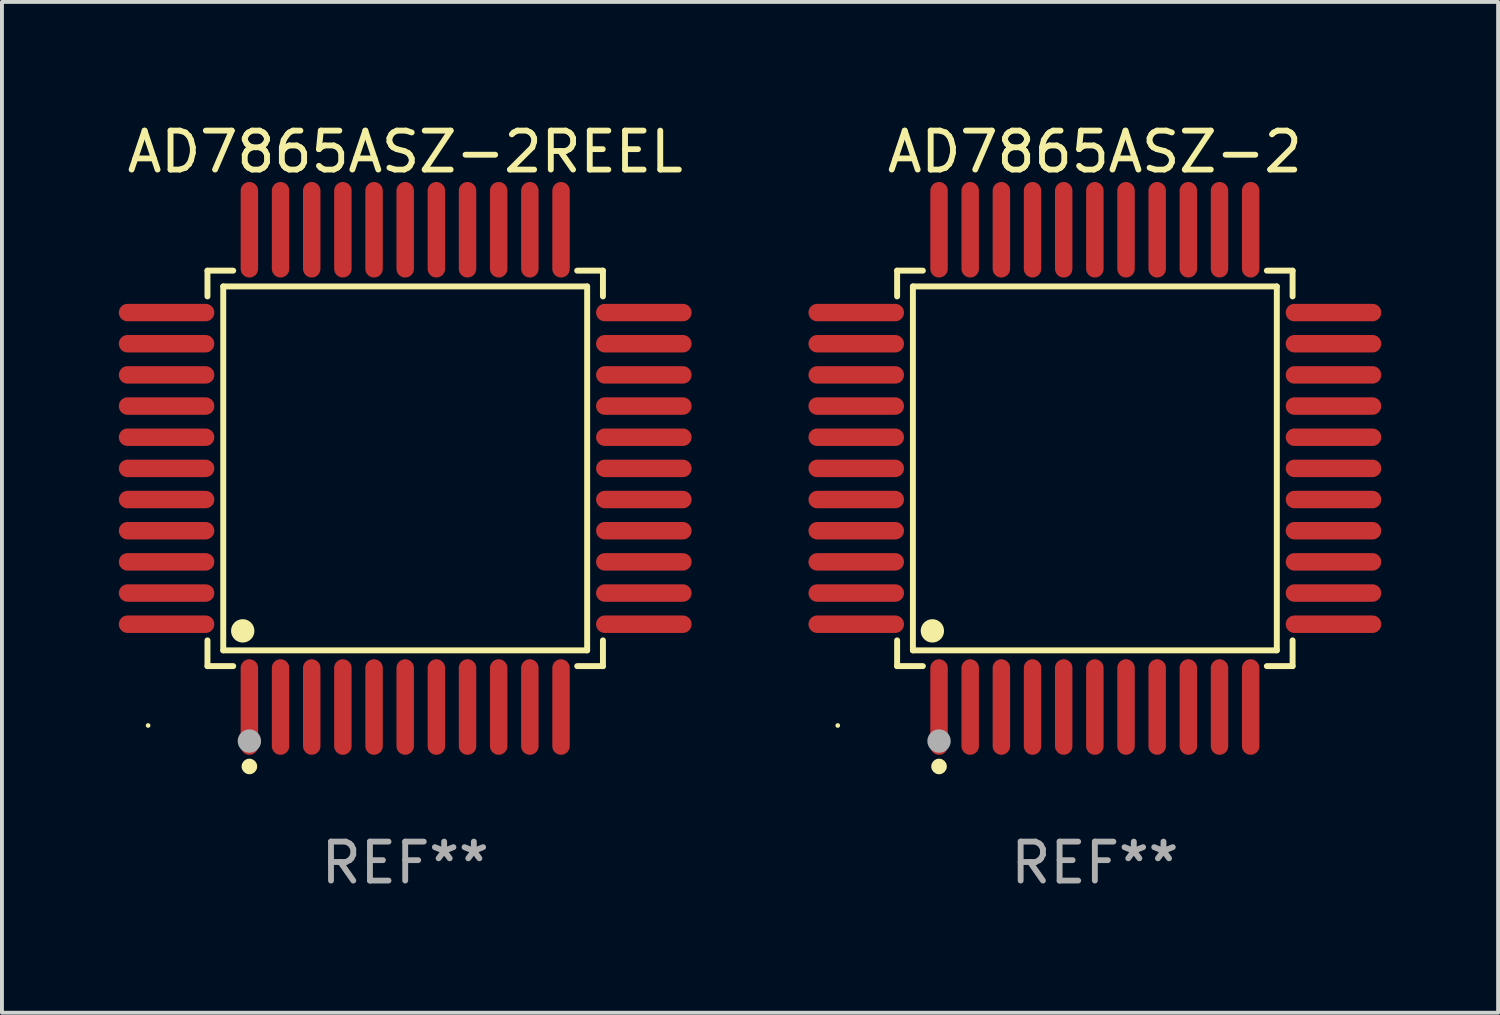
<source format=kicad_pcb>
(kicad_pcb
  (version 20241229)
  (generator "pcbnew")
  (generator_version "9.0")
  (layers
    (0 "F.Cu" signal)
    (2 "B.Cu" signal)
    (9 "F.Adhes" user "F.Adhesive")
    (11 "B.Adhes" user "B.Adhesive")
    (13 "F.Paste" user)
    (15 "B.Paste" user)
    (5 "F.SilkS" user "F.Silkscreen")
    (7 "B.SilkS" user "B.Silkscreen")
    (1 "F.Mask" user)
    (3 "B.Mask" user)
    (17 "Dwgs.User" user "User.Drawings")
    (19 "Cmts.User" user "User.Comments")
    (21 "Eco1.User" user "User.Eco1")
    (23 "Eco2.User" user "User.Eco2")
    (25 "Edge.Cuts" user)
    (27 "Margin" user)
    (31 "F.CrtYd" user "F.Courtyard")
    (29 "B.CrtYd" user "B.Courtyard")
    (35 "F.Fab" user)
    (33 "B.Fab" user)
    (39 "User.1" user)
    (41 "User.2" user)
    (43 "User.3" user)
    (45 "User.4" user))
  (footprint "AD7865ASZ-2"
    (layer "F.Cu")
    (at 25.056 8.974)
    (property "Reference" "AD7865ASZ-2" (at 0 -8.126 0) (layer "F.SilkS") (effects (font (size 1 1) (thickness 0.15))))
    (attr through_hole)
    (fp_line (start -5.076 -5.076) (end -4.415 -5.076) (stroke (width 0.152) (type solid)) (layer "F.SilkS"))
    (fp_line (start -5.076 -4.415) (end -5.076 -5.076) (stroke (width 0.152) (type solid)) (layer "F.SilkS"))
    (fp_line (start -5.076 4.415) (end -5.076 5.076) (stroke (width 0.152) (type solid)) (layer "F.SilkS"))
    (fp_line (start -5.076 5.076) (end -4.415 5.076) (stroke (width 0.152) (type solid)) (layer "F.SilkS"))
    (fp_line (start -4.671 -4.671) (end 4.671 -4.671) (stroke (width 0.152) (type solid)) (layer "F.SilkS"))
    (fp_line (start -4.671 4.671) (end -4.671 -4.671) (stroke (width 0.152) (type solid)) (layer "F.SilkS"))
    (fp_line (start 4.671 -4.671) (end 4.671 4.671) (stroke (width 0.152) (type solid)) (layer "F.SilkS"))
    (fp_line (start 4.671 4.671) (end -4.671 4.671) (stroke (width 0.152) (type solid)) (layer "F.SilkS"))
    (fp_line (start 5.076 -5.076) (end 4.415 -5.076) (stroke (width 0.152) (type solid)) (layer "F.SilkS"))
    (fp_line (start 5.076 -4.415) (end 5.076 -5.076) (stroke (width 0.152) (type solid)) (layer "F.SilkS"))
    (fp_line (start 5.076 4.415) (end 5.076 5.076) (stroke (width 0.152) (type solid)) (layer "F.SilkS"))
    (fp_line (start 5.076 5.076) (end 4.415 5.076) (stroke (width 0.152) (type solid)) (layer "F.SilkS"))
    (fp_circle (center -6.6 6.6) (end -6.57 6.6) (stroke (width 0.06) (type solid)) (fill no) (layer "F.SilkS"))
    (fp_circle (center -4.171 4.171) (end -4.021 4.171) (stroke (width 0.3) (type solid)) (fill no) (layer "F.SilkS"))
    (fp_circle (center -4 7.652) (end -3.9 7.652) (stroke (width 0.2) (type solid)) (fill no) (layer "F.SilkS"))
    (fp_circle (center -4 7) (end -3.85 7) (stroke (width 0.3) (type solid)) (fill no) (layer "F.Fab"))
    (fp_text user "REF**" (at 0 10.126 0) (layer "F.Fab") (effects (font (size 1 1) (thickness 0.15))))
    (pad "1" smd oval (at -4 6.126) (size 0.448 2.452) (layers "F.Cu" "F.Mask" "F.Paste"))
    (pad "2" smd oval (at -3.2 6.126) (size 0.448 2.452) (layers "F.Cu" "F.Mask" "F.Paste"))
    (pad "3" smd oval (at -2.4 6.126) (size 0.448 2.452) (layers "F.Cu" "F.Mask" "F.Paste"))
    (pad "4" smd oval (at -1.6 6.126) (size 0.448 2.452) (layers "F.Cu" "F.Mask" "F.Paste"))
    (pad "5" smd oval (at -0.8 6.126) (size 0.448 2.452) (layers "F.Cu" "F.Mask" "F.Paste"))
    (pad "6" smd oval (at 0 6.126) (size 0.448 2.452) (layers "F.Cu" "F.Mask" "F.Paste"))
    (pad "7" smd oval (at 0.8 6.126) (size 0.448 2.452) (layers "F.Cu" "F.Mask" "F.Paste"))
    (pad "8" smd oval (at 1.6 6.126) (size 0.448 2.452) (layers "F.Cu" "F.Mask" "F.Paste"))
    (pad "9" smd oval (at 2.4 6.126) (size 0.448 2.452) (layers "F.Cu" "F.Mask" "F.Paste"))
    (pad "10" smd oval (at 3.2 6.126) (size 0.448 2.452) (layers "F.Cu" "F.Mask" "F.Paste"))
    (pad "11" smd oval (at 4 6.126) (size 0.448 2.452) (layers "F.Cu" "F.Mask" "F.Paste"))
    (pad "12" smd oval (at 6.126 4) (size 2.452 0.448) (layers "F.Cu" "F.Mask" "F.Paste"))
    (pad "13" smd oval (at 6.126 3.2) (size 2.452 0.448) (layers "F.Cu" "F.Mask" "F.Paste"))
    (pad "14" smd oval (at 6.126 2.4) (size 2.452 0.448) (layers "F.Cu" "F.Mask" "F.Paste"))
    (pad "15" smd oval (at 6.126 1.6) (size 2.452 0.448) (layers "F.Cu" "F.Mask" "F.Paste"))
    (pad "16" smd oval (at 6.126 0.8) (size 2.452 0.448) (layers "F.Cu" "F.Mask" "F.Paste"))
    (pad "17" smd oval (at 6.126 0) (size 2.452 0.448) (layers "F.Cu" "F.Mask" "F.Paste"))
    (pad "18" smd oval (at 6.126 -0.8) (size 2.452 0.448) (layers "F.Cu" "F.Mask" "F.Paste"))
    (pad "19" smd oval (at 6.126 -1.6) (size 2.452 0.448) (layers "F.Cu" "F.Mask" "F.Paste"))
    (pad "20" smd oval (at 6.126 -2.4) (size 2.452 0.448) (layers "F.Cu" "F.Mask" "F.Paste"))
    (pad "21" smd oval (at 6.126 -3.2) (size 2.452 0.448) (layers "F.Cu" "F.Mask" "F.Paste"))
    (pad "22" smd oval (at 6.126 -4) (size 2.452 0.448) (layers "F.Cu" "F.Mask" "F.Paste"))
    (pad "23" smd oval (at 4 -6.126) (size 0.448 2.452) (layers "F.Cu" "F.Mask" "F.Paste"))
    (pad "24" smd oval (at 3.2 -6.126) (size 0.448 2.452) (layers "F.Cu" "F.Mask" "F.Paste"))
    (pad "25" smd oval (at 2.4 -6.126) (size 0.448 2.452) (layers "F.Cu" "F.Mask" "F.Paste"))
    (pad "26" smd oval (at 1.6 -6.126) (size 0.448 2.452) (layers "F.Cu" "F.Mask" "F.Paste"))
    (pad "27" smd oval (at 0.8 -6.126) (size 0.448 2.452) (layers "F.Cu" "F.Mask" "F.Paste"))
    (pad "28" smd oval (at 0 -6.126) (size 0.448 2.452) (layers "F.Cu" "F.Mask" "F.Paste"))
    (pad "29" smd oval (at -0.8 -6.126) (size 0.448 2.452) (layers "F.Cu" "F.Mask" "F.Paste"))
    (pad "30" smd oval (at -1.6 -6.126) (size 0.448 2.452) (layers "F.Cu" "F.Mask" "F.Paste"))
    (pad "31" smd oval (at -2.4 -6.126) (size 0.448 2.452) (layers "F.Cu" "F.Mask" "F.Paste"))
    (pad "32" smd oval (at -3.2 -6.126) (size 0.448 2.452) (layers "F.Cu" "F.Mask" "F.Paste"))
    (pad "33" smd oval (at -4 -6.126) (size 0.448 2.452) (layers "F.Cu" "F.Mask" "F.Paste"))
    (pad "34" smd oval (at -6.126 -4) (size 2.452 0.448) (layers "F.Cu" "F.Mask" "F.Paste"))
    (pad "35" smd oval (at -6.126 -3.2) (size 2.452 0.448) (layers "F.Cu" "F.Mask" "F.Paste"))
    (pad "36" smd oval (at -6.126 -2.4) (size 2.452 0.448) (layers "F.Cu" "F.Mask" "F.Paste"))
    (pad "37" smd oval (at -6.126 -1.6) (size 2.452 0.448) (layers "F.Cu" "F.Mask" "F.Paste"))
    (pad "38" smd oval (at -6.126 -0.8) (size 2.452 0.448) (layers "F.Cu" "F.Mask" "F.Paste"))
    (pad "39" smd oval (at -6.126 0) (size 2.452 0.448) (layers "F.Cu" "F.Mask" "F.Paste"))
    (pad "40" smd oval (at -6.126 0.8) (size 2.452 0.448) (layers "F.Cu" "F.Mask" "F.Paste"))
    (pad "41" smd oval (at -6.126 1.6) (size 2.452 0.448) (layers "F.Cu" "F.Mask" "F.Paste"))
    (pad "42" smd oval (at -6.126 2.4) (size 2.452 0.448) (layers "F.Cu" "F.Mask" "F.Paste"))
    (pad "43" smd oval (at -6.126 3.2) (size 2.452 0.448) (layers "F.Cu" "F.Mask" "F.Paste"))
    (pad "44" smd oval (at -6.126 4) (size 2.452 0.448) (layers "F.Cu" "F.Mask" "F.Paste")))
  (footprint "AD7865ASZ-2REEL"
    (layer "F.Cu")
    (at 7.352 8.974)
    (property "Reference" "AD7865ASZ-2REEL" (at 0 -8.126 0) (layer "F.SilkS") (effects (font (size 1 1) (thickness 0.15))))
    (attr through_hole)
    (fp_line (start -5.076 -5.076) (end -4.415 -5.076) (stroke (width 0.152) (type solid)) (layer "F.SilkS"))
    (fp_line (start -5.076 -4.415) (end -5.076 -5.076) (stroke (width 0.152) (type solid)) (layer "F.SilkS"))
    (fp_line (start -5.076 4.415) (end -5.076 5.076) (stroke (width 0.152) (type solid)) (layer "F.SilkS"))
    (fp_line (start -5.076 5.076) (end -4.415 5.076) (stroke (width 0.152) (type solid)) (layer "F.SilkS"))
    (fp_line (start -4.671 -4.671) (end 4.671 -4.671) (stroke (width 0.152) (type solid)) (layer "F.SilkS"))
    (fp_line (start -4.671 4.671) (end -4.671 -4.671) (stroke (width 0.152) (type solid)) (layer "F.SilkS"))
    (fp_line (start 4.671 -4.671) (end 4.671 4.671) (stroke (width 0.152) (type solid)) (layer "F.SilkS"))
    (fp_line (start 4.671 4.671) (end -4.671 4.671) (stroke (width 0.152) (type solid)) (layer "F.SilkS"))
    (fp_line (start 5.076 -5.076) (end 4.415 -5.076) (stroke (width 0.152) (type solid)) (layer "F.SilkS"))
    (fp_line (start 5.076 -4.415) (end 5.076 -5.076) (stroke (width 0.152) (type solid)) (layer "F.SilkS"))
    (fp_line (start 5.076 4.415) (end 5.076 5.076) (stroke (width 0.152) (type solid)) (layer "F.SilkS"))
    (fp_line (start 5.076 5.076) (end 4.415 5.076) (stroke (width 0.152) (type solid)) (layer "F.SilkS"))
    (fp_circle (center -6.6 6.6) (end -6.57 6.6) (stroke (width 0.06) (type solid)) (fill no) (layer "F.SilkS"))
    (fp_circle (center -4.171 4.171) (end -4.021 4.171) (stroke (width 0.3) (type solid)) (fill no) (layer "F.SilkS"))
    (fp_circle (center -4 7.652) (end -3.9 7.652) (stroke (width 0.2) (type solid)) (fill no) (layer "F.SilkS"))
    (fp_circle (center -4 7) (end -3.85 7) (stroke (width 0.3) (type solid)) (fill no) (layer "F.Fab"))
    (fp_text user "REF**" (at 0 10.126 0) (layer "F.Fab") (effects (font (size 1 1) (thickness 0.15))))
    (pad "1" smd oval (at -4 6.126) (size 0.448 2.452) (layers "F.Cu" "F.Mask" "F.Paste"))
    (pad "2" smd oval (at -3.2 6.126) (size 0.448 2.452) (layers "F.Cu" "F.Mask" "F.Paste"))
    (pad "3" smd oval (at -2.4 6.126) (size 0.448 2.452) (layers "F.Cu" "F.Mask" "F.Paste"))
    (pad "4" smd oval (at -1.6 6.126) (size 0.448 2.452) (layers "F.Cu" "F.Mask" "F.Paste"))
    (pad "5" smd oval (at -0.8 6.126) (size 0.448 2.452) (layers "F.Cu" "F.Mask" "F.Paste"))
    (pad "6" smd oval (at 0 6.126) (size 0.448 2.452) (layers "F.Cu" "F.Mask" "F.Paste"))
    (pad "7" smd oval (at 0.8 6.126) (size 0.448 2.452) (layers "F.Cu" "F.Mask" "F.Paste"))
    (pad "8" smd oval (at 1.6 6.126) (size 0.448 2.452) (layers "F.Cu" "F.Mask" "F.Paste"))
    (pad "9" smd oval (at 2.4 6.126) (size 0.448 2.452) (layers "F.Cu" "F.Mask" "F.Paste"))
    (pad "10" smd oval (at 3.2 6.126) (size 0.448 2.452) (layers "F.Cu" "F.Mask" "F.Paste"))
    (pad "11" smd oval (at 4 6.126) (size 0.448 2.452) (layers "F.Cu" "F.Mask" "F.Paste"))
    (pad "12" smd oval (at 6.126 4) (size 2.452 0.448) (layers "F.Cu" "F.Mask" "F.Paste"))
    (pad "13" smd oval (at 6.126 3.2) (size 2.452 0.448) (layers "F.Cu" "F.Mask" "F.Paste"))
    (pad "14" smd oval (at 6.126 2.4) (size 2.452 0.448) (layers "F.Cu" "F.Mask" "F.Paste"))
    (pad "15" smd oval (at 6.126 1.6) (size 2.452 0.448) (layers "F.Cu" "F.Mask" "F.Paste"))
    (pad "16" smd oval (at 6.126 0.8) (size 2.452 0.448) (layers "F.Cu" "F.Mask" "F.Paste"))
    (pad "17" smd oval (at 6.126 0) (size 2.452 0.448) (layers "F.Cu" "F.Mask" "F.Paste"))
    (pad "18" smd oval (at 6.126 -0.8) (size 2.452 0.448) (layers "F.Cu" "F.Mask" "F.Paste"))
    (pad "19" smd oval (at 6.126 -1.6) (size 2.452 0.448) (layers "F.Cu" "F.Mask" "F.Paste"))
    (pad "20" smd oval (at 6.126 -2.4) (size 2.452 0.448) (layers "F.Cu" "F.Mask" "F.Paste"))
    (pad "21" smd oval (at 6.126 -3.2) (size 2.452 0.448) (layers "F.Cu" "F.Mask" "F.Paste"))
    (pad "22" smd oval (at 6.126 -4) (size 2.452 0.448) (layers "F.Cu" "F.Mask" "F.Paste"))
    (pad "23" smd oval (at 4 -6.126) (size 0.448 2.452) (layers "F.Cu" "F.Mask" "F.Paste"))
    (pad "24" smd oval (at 3.2 -6.126) (size 0.448 2.452) (layers "F.Cu" "F.Mask" "F.Paste"))
    (pad "25" smd oval (at 2.4 -6.126) (size 0.448 2.452) (layers "F.Cu" "F.Mask" "F.Paste"))
    (pad "26" smd oval (at 1.6 -6.126) (size 0.448 2.452) (layers "F.Cu" "F.Mask" "F.Paste"))
    (pad "27" smd oval (at 0.8 -6.126) (size 0.448 2.452) (layers "F.Cu" "F.Mask" "F.Paste"))
    (pad "28" smd oval (at 0 -6.126) (size 0.448 2.452) (layers "F.Cu" "F.Mask" "F.Paste"))
    (pad "29" smd oval (at -0.8 -6.126) (size 0.448 2.452) (layers "F.Cu" "F.Mask" "F.Paste"))
    (pad "30" smd oval (at -1.6 -6.126) (size 0.448 2.452) (layers "F.Cu" "F.Mask" "F.Paste"))
    (pad "31" smd oval (at -2.4 -6.126) (size 0.448 2.452) (layers "F.Cu" "F.Mask" "F.Paste"))
    (pad "32" smd oval (at -3.2 -6.126) (size 0.448 2.452) (layers "F.Cu" "F.Mask" "F.Paste"))
    (pad "33" smd oval (at -4 -6.126) (size 0.448 2.452) (layers "F.Cu" "F.Mask" "F.Paste"))
    (pad "34" smd oval (at -6.126 -4) (size 2.452 0.448) (layers "F.Cu" "F.Mask" "F.Paste"))
    (pad "35" smd oval (at -6.126 -3.2) (size 2.452 0.448) (layers "F.Cu" "F.Mask" "F.Paste"))
    (pad "36" smd oval (at -6.126 -2.4) (size 2.452 0.448) (layers "F.Cu" "F.Mask" "F.Paste"))
    (pad "37" smd oval (at -6.126 -1.6) (size 2.452 0.448) (layers "F.Cu" "F.Mask" "F.Paste"))
    (pad "38" smd oval (at -6.126 -0.8) (size 2.452 0.448) (layers "F.Cu" "F.Mask" "F.Paste"))
    (pad "39" smd oval (at -6.126 0) (size 2.452 0.448) (layers "F.Cu" "F.Mask" "F.Paste"))
    (pad "40" smd oval (at -6.126 0.8) (size 2.452 0.448) (layers "F.Cu" "F.Mask" "F.Paste"))
    (pad "41" smd oval (at -6.126 1.6) (size 2.452 0.448) (layers "F.Cu" "F.Mask" "F.Paste"))
    (pad "42" smd oval (at -6.126 2.4) (size 2.452 0.448) (layers "F.Cu" "F.Mask" "F.Paste"))
    (pad "43" smd oval (at -6.126 3.2) (size 2.452 0.448) (layers "F.Cu" "F.Mask" "F.Paste"))
    (pad "44" smd oval (at -6.126 4) (size 2.452 0.448) (layers "F.Cu" "F.Mask" "F.Paste")))
  (gr_rect
    (start -3 -3)
    (end 35.408 22.948)
    (stroke (width 0.1) (type default))
    (fill no)
    (layer "Edge.Cuts")))
</source>
